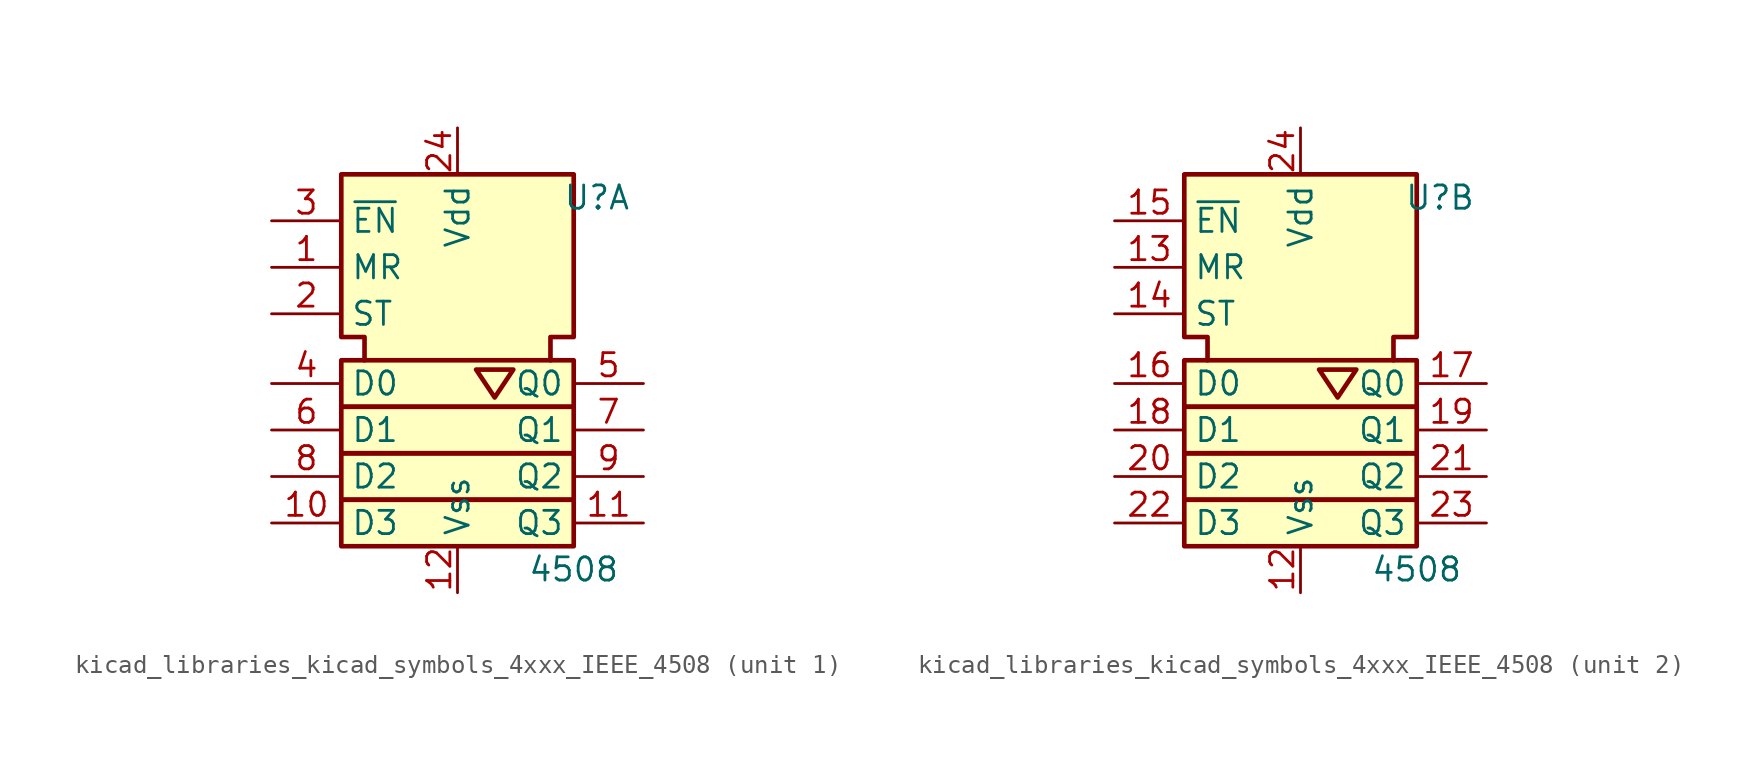
<source format=kicad_sym>
(kicad_symbol_lib
  (version 20220914)
  (generator kicad_symbol_editor)
  (symbol "kicad_libraries_kicad_symbols_4xxx_IEEE_4508"
    (property "Reference" "U"
      (at 7.62 8.89 0)
      (effects (font (size 1.27 1.27))))
    (property "Value" "4508"
      (at 6.35 -11.43 0)
      (effects (font (size 1.27 1.27))))
    (symbol "kicad_libraries_kicad_symbols_4xxx_IEEE_4508_0_1"
      (rectangle (start -6.35 -7.62) (end 6.35 -10.16) (stroke (width 0.254) (type default)) (fill (type background)))
      (rectangle (start -6.35 -5.08) (end 6.35 -7.62) (stroke (width 0.254) (type default)) (fill (type background)))
      (rectangle (start -6.35 -2.54) (end 6.35 -5.08) (stroke (width 0.254) (type default)) (fill (type background)))
      (rectangle (start -6.35 0) (end 6.35 -2.54) (stroke (width 0.254) (type default)) (fill (type background)))
      (polyline (pts (xy 1.016 -0.508) (xy 2.032 -2.032) (xy 3.048 -0.508) (xy 1.016 -0.508) (xy 1.016 -0.508)) (stroke (width 0.254) (type default)) (fill (type background)))
      (polyline (pts (xy -5.08 0) (xy -5.08 1.27) (xy -6.35 1.27) (xy -6.35 10.16) (xy 6.35 10.16) (xy 6.35 1.27) (xy 5.08 1.27) (xy 5.08 0) (xy 5.08 0)) (stroke (width 0.254) (type default)) (fill (type background)))
      (pin power_in line (at 0 -12.7 90) (length 2.54) (name "Vss" (effects (font (size 1.27 1.27)))) (number "12" (effects (font (size 1.27 1.27)))))
      (pin power_in line (at 0 12.7 270) (length 2.54) (name "Vdd" (effects (font (size 1.27 1.27)))) (number "24" (effects (font (size 1.27 1.27))))))
    (symbol "kicad_libraries_kicad_symbols_4xxx_IEEE_4508_1_1"
      (pin input line (at -10.16 5.08 0) (length 3.81) (name "MR" (effects (font (size 1.27 1.27)))) (number "1" (effects (font (size 1.27 1.27)))))
      (pin input line (at -10.16 -8.89 0) (length 3.81) (name "D3" (effects (font (size 1.27 1.27)))) (number "10" (effects (font (size 1.27 1.27)))))
      (pin output line (at 10.16 -8.89 180) (length 3.81) (name "Q3" (effects (font (size 1.27 1.27)))) (number "11" (effects (font (size 1.27 1.27)))))
      (pin input line (at -10.16 2.54 0) (length 3.81) (name "ST" (effects (font (size 1.27 1.27)))) (number "2" (effects (font (size 1.27 1.27)))))
      (pin input line (at -10.16 7.62 0) (length 3.81) (name "~{EN}" (effects (font (size 1.27 1.27)))) (number "3" (effects (font (size 1.27 1.27)))))
      (pin input line (at -10.16 -1.27 0) (length 3.81) (name "D0" (effects (font (size 1.27 1.27)))) (number "4" (effects (font (size 1.27 1.27)))))
      (pin output line (at 10.16 -1.27 180) (length 3.81) (name "Q0" (effects (font (size 1.27 1.27)))) (number "5" (effects (font (size 1.27 1.27)))))
      (pin input line (at -10.16 -3.81 0) (length 3.81) (name "D1" (effects (font (size 1.27 1.27)))) (number "6" (effects (font (size 1.27 1.27)))))
      (pin output line (at 10.16 -3.81 180) (length 3.81) (name "Q1" (effects (font (size 1.27 1.27)))) (number "7" (effects (font (size 1.27 1.27)))))
      (pin input line (at -10.16 -6.35 0) (length 3.81) (name "D2" (effects (font (size 1.27 1.27)))) (number "8" (effects (font (size 1.27 1.27)))))
      (pin output line (at 10.16 -6.35 180) (length 3.81) (name "Q2" (effects (font (size 1.27 1.27)))) (number "9" (effects (font (size 1.27 1.27))))))
    (symbol "kicad_libraries_kicad_symbols_4xxx_IEEE_4508_2_1"
      (pin input line (at -10.16 5.08 0) (length 3.81) (name "MR" (effects (font (size 1.27 1.27)))) (number "13" (effects (font (size 1.27 1.27)))))
      (pin input line (at -10.16 2.54 0) (length 3.81) (name "ST" (effects (font (size 1.27 1.27)))) (number "14" (effects (font (size 1.27 1.27)))))
      (pin input line (at -10.16 7.62 0) (length 3.81) (name "~{EN}" (effects (font (size 1.27 1.27)))) (number "15" (effects (font (size 1.27 1.27)))))
      (pin input line (at -10.16 -1.27 0) (length 3.81) (name "D0" (effects (font (size 1.27 1.27)))) (number "16" (effects (font (size 1.27 1.27)))))
      (pin output line (at 10.16 -1.27 180) (length 3.81) (name "Q0" (effects (font (size 1.27 1.27)))) (number "17" (effects (font (size 1.27 1.27)))))
      (pin input line (at -10.16 -3.81 0) (length 3.81) (name "D1" (effects (font (size 1.27 1.27)))) (number "18" (effects (font (size 1.27 1.27)))))
      (pin output line (at 10.16 -3.81 180) (length 3.81) (name "Q1" (effects (font (size 1.27 1.27)))) (number "19" (effects (font (size 1.27 1.27)))))
      (pin input line (at -10.16 -6.35 0) (length 3.81) (name "D2" (effects (font (size 1.27 1.27)))) (number "20" (effects (font (size 1.27 1.27)))))
      (pin output line (at 10.16 -6.35 180) (length 3.81) (name "Q2" (effects (font (size 1.27 1.27)))) (number "21" (effects (font (size 1.27 1.27)))))
      (pin input line (at -10.16 -8.89 0) (length 3.81) (name "D3" (effects (font (size 1.27 1.27)))) (number "22" (effects (font (size 1.27 1.27)))))
      (pin output line (at 10.16 -8.89 180) (length 3.81) (name "Q3" (effects (font (size 1.27 1.27)))) (number "23" (effects (font (size 1.27 1.27))))))))
</source>
